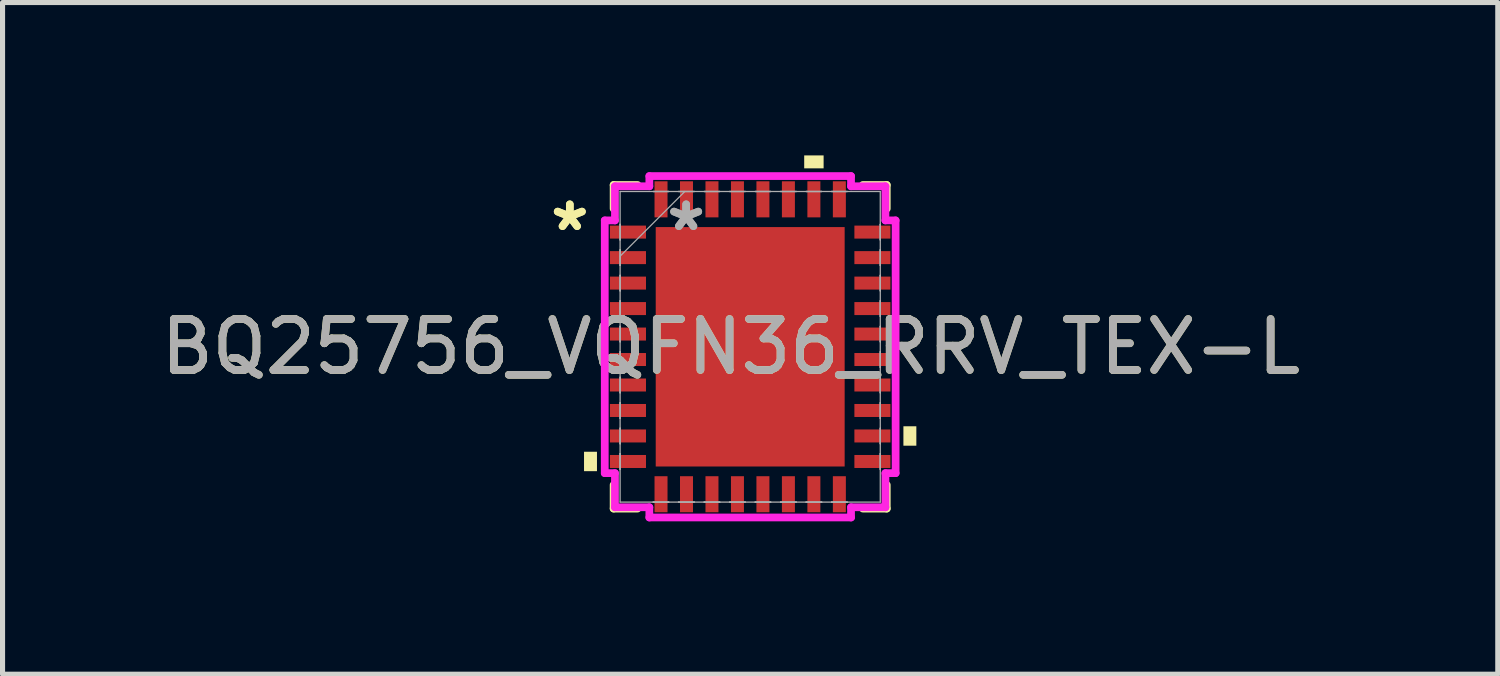
<source format=kicad_pcb>
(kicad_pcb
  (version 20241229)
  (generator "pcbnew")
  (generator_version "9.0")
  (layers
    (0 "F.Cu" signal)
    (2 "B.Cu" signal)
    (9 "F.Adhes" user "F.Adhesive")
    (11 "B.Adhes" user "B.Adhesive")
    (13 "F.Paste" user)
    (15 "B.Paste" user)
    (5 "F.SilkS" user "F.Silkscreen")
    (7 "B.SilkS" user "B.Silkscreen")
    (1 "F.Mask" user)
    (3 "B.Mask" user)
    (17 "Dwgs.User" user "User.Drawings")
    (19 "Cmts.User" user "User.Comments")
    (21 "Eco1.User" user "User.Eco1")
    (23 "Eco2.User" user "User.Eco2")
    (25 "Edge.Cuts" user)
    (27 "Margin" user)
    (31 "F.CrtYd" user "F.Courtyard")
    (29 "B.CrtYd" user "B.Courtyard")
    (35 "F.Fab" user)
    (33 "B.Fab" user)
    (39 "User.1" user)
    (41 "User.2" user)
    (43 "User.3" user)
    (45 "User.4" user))
  (footprint "BQ25756_VQFN36_RRV_TEX-L "
    (layer "F.Cu")
    (at 11.673 3.756)
    (property "Reference" "BQ25756_VQFN36_RRV_TEX-L " (at 0 0 0) (unlocked yes) (layer "F.SilkS") (effects (font (size 1 1) (thickness 0.15))))
    (attr smd)
    (fp_line (start -2.68 -3.175) (end -2.68 -2.711) (stroke (width 0.152) (type solid)) (layer "F.SilkS"))
    (fp_line (start -2.68 2.711) (end -2.68 3.175) (stroke (width 0.152) (type solid)) (layer "F.SilkS"))
    (fp_line (start -2.68 3.175) (end -2.211 3.175) (stroke (width 0.152) (type solid)) (layer "F.SilkS"))
    (fp_line (start -2.211 -3.175) (end -2.68 -3.175) (stroke (width 0.152) (type solid)) (layer "F.SilkS"))
    (fp_line (start 2.211 3.175) (end 2.68 3.175) (stroke (width 0.152) (type solid)) (layer "F.SilkS"))
    (fp_line (start 2.68 -3.175) (end 2.211 -3.175) (stroke (width 0.152) (type solid)) (layer "F.SilkS"))
    (fp_line (start 2.68 -2.711) (end 2.68 -3.175) (stroke (width 0.152) (type solid)) (layer "F.SilkS"))
    (fp_line (start 2.68 3.175) (end 2.68 2.711) (stroke (width 0.152) (type solid)) (layer "F.SilkS"))
    (fp_poly (pts (xy -3.261 2.06) (xy -3.261 2.441) (xy -3.007 2.441) (xy -3.007 2.06)) (stroke (width 0) (type solid)) (fill yes) (layer "F.SilkS"))
    (fp_poly (pts (xy 1.06 -3.502) (xy 1.06 -3.756) (xy 1.441 -3.756) (xy 1.441 -3.502)) (stroke (width 0) (type solid)) (fill yes) (layer "F.SilkS"))
    (fp_poly (pts (xy 3.261 1.56) (xy 3.261 1.941) (xy 3.007 1.941) (xy 3.007 1.56)) (stroke (width 0) (type solid)) (fill yes) (layer "F.SilkS"))
    (fp_line (start -2.854 -2.48) (end -2.654 -2.48) (stroke (width 0.152) (type solid)) (layer "F.CrtYd"))
    (fp_line (start -2.854 2.48) (end -2.854 -2.48) (stroke (width 0.152) (type solid)) (layer "F.CrtYd"))
    (fp_line (start -2.654 -3.15) (end -1.979 -3.15) (stroke (width 0.152) (type solid)) (layer "F.CrtYd"))
    (fp_line (start -2.654 -2.48) (end -2.654 -3.15) (stroke (width 0.152) (type solid)) (layer "F.CrtYd"))
    (fp_line (start -2.654 2.48) (end -2.854 2.48) (stroke (width 0.152) (type solid)) (layer "F.CrtYd"))
    (fp_line (start -2.654 3.15) (end -2.654 2.48) (stroke (width 0.152) (type solid)) (layer "F.CrtYd"))
    (fp_line (start -1.979 -3.35) (end 1.979 -3.35) (stroke (width 0.152) (type solid)) (layer "F.CrtYd"))
    (fp_line (start -1.979 -3.15) (end -1.979 -3.35) (stroke (width 0.152) (type solid)) (layer "F.CrtYd"))
    (fp_line (start -1.979 3.15) (end -2.654 3.15) (stroke (width 0.152) (type solid)) (layer "F.CrtYd"))
    (fp_line (start -1.979 3.35) (end -1.979 3.15) (stroke (width 0.152) (type solid)) (layer "F.CrtYd"))
    (fp_line (start 1.979 -3.35) (end 1.979 -3.15) (stroke (width 0.152) (type solid)) (layer "F.CrtYd"))
    (fp_line (start 1.979 -3.15) (end 2.654 -3.15) (stroke (width 0.152) (type solid)) (layer "F.CrtYd"))
    (fp_line (start 1.979 3.15) (end 1.979 3.35) (stroke (width 0.152) (type solid)) (layer "F.CrtYd"))
    (fp_line (start 1.979 3.35) (end -1.979 3.35) (stroke (width 0.152) (type solid)) (layer "F.CrtYd"))
    (fp_line (start 2.654 -3.15) (end 2.654 -2.48) (stroke (width 0.152) (type solid)) (layer "F.CrtYd"))
    (fp_line (start 2.654 -2.48) (end 2.854 -2.48) (stroke (width 0.152) (type solid)) (layer "F.CrtYd"))
    (fp_line (start 2.654 2.48) (end 2.654 3.15) (stroke (width 0.152) (type solid)) (layer "F.CrtYd"))
    (fp_line (start 2.654 3.15) (end 1.979 3.15) (stroke (width 0.152) (type solid)) (layer "F.CrtYd"))
    (fp_line (start 2.854 -2.48) (end 2.854 2.48) (stroke (width 0.152) (type solid)) (layer "F.CrtYd"))
    (fp_line (start 2.854 2.48) (end 2.654 2.48) (stroke (width 0.152) (type solid)) (layer "F.CrtYd"))
    (fp_line (start -2.553 -3.048) (end -2.553 3.048) (stroke (width 0.025) (type solid)) (layer "F.Fab"))
    (fp_line (start -2.553 -2.403) (end -2.553 -2.403) (stroke (width 0.025) (type solid)) (layer "F.Fab"))
    (fp_line (start -2.553 -2.403) (end -2.553 -2.098) (stroke (width 0.025) (type solid)) (layer "F.Fab"))
    (fp_line (start -2.553 -2.098) (end -2.553 -2.403) (stroke (width 0.025) (type solid)) (layer "F.Fab"))
    (fp_line (start -2.553 -2.098) (end -2.553 -2.098) (stroke (width 0.025) (type solid)) (layer "F.Fab"))
    (fp_line (start -2.553 -1.903) (end -2.553 -1.903) (stroke (width 0.025) (type solid)) (layer "F.Fab"))
    (fp_line (start -2.553 -1.903) (end -2.553 -1.598) (stroke (width 0.025) (type solid)) (layer "F.Fab"))
    (fp_line (start -2.553 -1.778) (end -1.283 -3.048) (stroke (width 0.025) (type solid)) (layer "F.Fab"))
    (fp_line (start -2.553 -1.598) (end -2.553 -1.903) (stroke (width 0.025) (type solid)) (layer "F.Fab"))
    (fp_line (start -2.553 -1.598) (end -2.553 -1.598) (stroke (width 0.025) (type solid)) (layer "F.Fab"))
    (fp_line (start -2.553 -1.403) (end -2.553 -1.403) (stroke (width 0.025) (type solid)) (layer "F.Fab"))
    (fp_line (start -2.553 -1.403) (end -2.553 -1.098) (stroke (width 0.025) (type solid)) (layer "F.Fab"))
    (fp_line (start -2.553 -1.098) (end -2.553 -1.403) (stroke (width 0.025) (type solid)) (layer "F.Fab"))
    (fp_line (start -2.553 -1.098) (end -2.553 -1.098) (stroke (width 0.025) (type solid)) (layer "F.Fab"))
    (fp_line (start -2.553 -0.903) (end -2.553 -0.903) (stroke (width 0.025) (type solid)) (layer "F.Fab"))
    (fp_line (start -2.553 -0.903) (end -2.553 -0.598) (stroke (width 0.025) (type solid)) (layer "F.Fab"))
    (fp_line (start -2.553 -0.598) (end -2.553 -0.903) (stroke (width 0.025) (type solid)) (layer "F.Fab"))
    (fp_line (start -2.553 -0.598) (end -2.553 -0.598) (stroke (width 0.025) (type solid)) (layer "F.Fab"))
    (fp_line (start -2.553 -0.402) (end -2.553 -0.402) (stroke (width 0.025) (type solid)) (layer "F.Fab"))
    (fp_line (start -2.553 -0.402) (end -2.553 -0.098) (stroke (width 0.025) (type solid)) (layer "F.Fab"))
    (fp_line (start -2.553 -0.098) (end -2.553 -0.402) (stroke (width 0.025) (type solid)) (layer "F.Fab"))
    (fp_line (start -2.553 -0.098) (end -2.553 -0.098) (stroke (width 0.025) (type solid)) (layer "F.Fab"))
    (fp_line (start -2.553 0.098) (end -2.553 0.098) (stroke (width 0.025) (type solid)) (layer "F.Fab"))
    (fp_line (start -2.553 0.098) (end -2.553 0.402) (stroke (width 0.025) (type solid)) (layer "F.Fab"))
    (fp_line (start -2.553 0.402) (end -2.553 0.098) (stroke (width 0.025) (type solid)) (layer "F.Fab"))
    (fp_line (start -2.553 0.402) (end -2.553 0.402) (stroke (width 0.025) (type solid)) (layer "F.Fab"))
    (fp_line (start -2.553 0.598) (end -2.553 0.598) (stroke (width 0.025) (type solid)) (layer "F.Fab"))
    (fp_line (start -2.553 0.598) (end -2.553 0.903) (stroke (width 0.025) (type solid)) (layer "F.Fab"))
    (fp_line (start -2.553 0.903) (end -2.553 0.598) (stroke (width 0.025) (type solid)) (layer "F.Fab"))
    (fp_line (start -2.553 0.903) (end -2.553 0.903) (stroke (width 0.025) (type solid)) (layer "F.Fab"))
    (fp_line (start -2.553 1.098) (end -2.553 1.098) (stroke (width 0.025) (type solid)) (layer "F.Fab"))
    (fp_line (start -2.553 1.098) (end -2.553 1.403) (stroke (width 0.025) (type solid)) (layer "F.Fab"))
    (fp_line (start -2.553 1.403) (end -2.553 1.098) (stroke (width 0.025) (type solid)) (layer "F.Fab"))
    (fp_line (start -2.553 1.403) (end -2.553 1.403) (stroke (width 0.025) (type solid)) (layer "F.Fab"))
    (fp_line (start -2.553 1.598) (end -2.553 1.598) (stroke (width 0.025) (type solid)) (layer "F.Fab"))
    (fp_line (start -2.553 1.598) (end -2.553 1.903) (stroke (width 0.025) (type solid)) (layer "F.Fab"))
    (fp_line (start -2.553 1.903) (end -2.553 1.598) (stroke (width 0.025) (type solid)) (layer "F.Fab"))
    (fp_line (start -2.553 1.903) (end -2.553 1.903) (stroke (width 0.025) (type solid)) (layer "F.Fab"))
    (fp_line (start -2.553 2.098) (end -2.553 2.098) (stroke (width 0.025) (type solid)) (layer "F.Fab"))
    (fp_line (start -2.553 2.098) (end -2.553 2.403) (stroke (width 0.025) (type solid)) (layer "F.Fab"))
    (fp_line (start -2.553 2.403) (end -2.553 2.098) (stroke (width 0.025) (type solid)) (layer "F.Fab"))
    (fp_line (start -2.553 2.403) (end -2.553 2.403) (stroke (width 0.025) (type solid)) (layer "F.Fab"))
    (fp_line (start -2.553 3.048) (end 2.553 3.048) (stroke (width 0.025) (type solid)) (layer "F.Fab"))
    (fp_line (start -1.903 -3.048) (end -1.903 -3.048) (stroke (width 0.025) (type solid)) (layer "F.Fab"))
    (fp_line (start -1.903 -3.048) (end -1.598 -3.048) (stroke (width 0.025) (type solid)) (layer "F.Fab"))
    (fp_line (start -1.903 3.048) (end -1.903 3.048) (stroke (width 0.025) (type solid)) (layer "F.Fab"))
    (fp_line (start -1.903 3.048) (end -1.598 3.048) (stroke (width 0.025) (type solid)) (layer "F.Fab"))
    (fp_line (start -1.598 -3.048) (end -1.903 -3.048) (stroke (width 0.025) (type solid)) (layer "F.Fab"))
    (fp_line (start -1.598 -3.048) (end -1.598 -3.048) (stroke (width 0.025) (type solid)) (layer "F.Fab"))
    (fp_line (start -1.598 3.048) (end -1.903 3.048) (stroke (width 0.025) (type solid)) (layer "F.Fab"))
    (fp_line (start -1.598 3.048) (end -1.598 3.048) (stroke (width 0.025) (type solid)) (layer "F.Fab"))
    (fp_line (start -1.403 -3.048) (end -1.403 -3.048) (stroke (width 0.025) (type solid)) (layer "F.Fab"))
    (fp_line (start -1.403 -3.048) (end -1.098 -3.048) (stroke (width 0.025) (type solid)) (layer "F.Fab"))
    (fp_line (start -1.403 3.048) (end -1.403 3.048) (stroke (width 0.025) (type solid)) (layer "F.Fab"))
    (fp_line (start -1.403 3.048) (end -1.098 3.048) (stroke (width 0.025) (type solid)) (layer "F.Fab"))
    (fp_line (start -1.098 -3.048) (end -1.403 -3.048) (stroke (width 0.025) (type solid)) (layer "F.Fab"))
    (fp_line (start -1.098 -3.048) (end -1.098 -3.048) (stroke (width 0.025) (type solid)) (layer "F.Fab"))
    (fp_line (start -1.098 3.048) (end -1.403 3.048) (stroke (width 0.025) (type solid)) (layer "F.Fab"))
    (fp_line (start -1.098 3.048) (end -1.098 3.048) (stroke (width 0.025) (type solid)) (layer "F.Fab"))
    (fp_line (start -0.903 -3.048) (end -0.903 -3.048) (stroke (width 0.025) (type solid)) (layer "F.Fab"))
    (fp_line (start -0.903 -3.048) (end -0.598 -3.048) (stroke (width 0.025) (type solid)) (layer "F.Fab"))
    (fp_line (start -0.903 3.048) (end -0.903 3.048) (stroke (width 0.025) (type solid)) (layer "F.Fab"))
    (fp_line (start -0.903 3.048) (end -0.598 3.048) (stroke (width 0.025) (type solid)) (layer "F.Fab"))
    (fp_line (start -0.598 -3.048) (end -0.903 -3.048) (stroke (width 0.025) (type solid)) (layer "F.Fab"))
    (fp_line (start -0.598 -3.048) (end -0.598 -3.048) (stroke (width 0.025) (type solid)) (layer "F.Fab"))
    (fp_line (start -0.598 3.048) (end -0.903 3.048) (stroke (width 0.025) (type solid)) (layer "F.Fab"))
    (fp_line (start -0.598 3.048) (end -0.598 3.048) (stroke (width 0.025) (type solid)) (layer "F.Fab"))
    (fp_line (start -0.402 -3.048) (end -0.402 -3.048) (stroke (width 0.025) (type solid)) (layer "F.Fab"))
    (fp_line (start -0.402 -3.048) (end -0.098 -3.048) (stroke (width 0.025) (type solid)) (layer "F.Fab"))
    (fp_line (start -0.402 3.048) (end -0.402 3.048) (stroke (width 0.025) (type solid)) (layer "F.Fab"))
    (fp_line (start -0.402 3.048) (end -0.098 3.048) (stroke (width 0.025) (type solid)) (layer "F.Fab"))
    (fp_line (start -0.098 -3.048) (end -0.402 -3.048) (stroke (width 0.025) (type solid)) (layer "F.Fab"))
    (fp_line (start -0.098 -3.048) (end -0.098 -3.048) (stroke (width 0.025) (type solid)) (layer "F.Fab"))
    (fp_line (start -0.098 3.048) (end -0.402 3.048) (stroke (width 0.025) (type solid)) (layer "F.Fab"))
    (fp_line (start -0.098 3.048) (end -0.098 3.048) (stroke (width 0.025) (type solid)) (layer "F.Fab"))
    (fp_line (start 0.098 -3.048) (end 0.098 -3.048) (stroke (width 0.025) (type solid)) (layer "F.Fab"))
    (fp_line (start 0.098 -3.048) (end 0.402 -3.048) (stroke (width 0.025) (type solid)) (layer "F.Fab"))
    (fp_line (start 0.098 3.048) (end 0.098 3.048) (stroke (width 0.025) (type solid)) (layer "F.Fab"))
    (fp_line (start 0.098 3.048) (end 0.402 3.048) (stroke (width 0.025) (type solid)) (layer "F.Fab"))
    (fp_line (start 0.402 -3.048) (end 0.098 -3.048) (stroke (width 0.025) (type solid)) (layer "F.Fab"))
    (fp_line (start 0.402 -3.048) (end 0.402 -3.048) (stroke (width 0.025) (type solid)) (layer "F.Fab"))
    (fp_line (start 0.402 3.048) (end 0.098 3.048) (stroke (width 0.025) (type solid)) (layer "F.Fab"))
    (fp_line (start 0.402 3.048) (end 0.402 3.048) (stroke (width 0.025) (type solid)) (layer "F.Fab"))
    (fp_line (start 0.598 -3.048) (end 0.598 -3.048) (stroke (width 0.025) (type solid)) (layer "F.Fab"))
    (fp_line (start 0.598 -3.048) (end 0.903 -3.048) (stroke (width 0.025) (type solid)) (layer "F.Fab"))
    (fp_line (start 0.598 3.048) (end 0.598 3.048) (stroke (width 0.025) (type solid)) (layer "F.Fab"))
    (fp_line (start 0.598 3.048) (end 0.903 3.048) (stroke (width 0.025) (type solid)) (layer "F.Fab"))
    (fp_line (start 0.903 -3.048) (end 0.598 -3.048) (stroke (width 0.025) (type solid)) (layer "F.Fab"))
    (fp_line (start 0.903 -3.048) (end 0.903 -3.048) (stroke (width 0.025) (type solid)) (layer "F.Fab"))
    (fp_line (start 0.903 3.048) (end 0.598 3.048) (stroke (width 0.025) (type solid)) (layer "F.Fab"))
    (fp_line (start 0.903 3.048) (end 0.903 3.048) (stroke (width 0.025) (type solid)) (layer "F.Fab"))
    (fp_line (start 1.098 -3.048) (end 1.098 -3.048) (stroke (width 0.025) (type solid)) (layer "F.Fab"))
    (fp_line (start 1.098 -3.048) (end 1.403 -3.048) (stroke (width 0.025) (type solid)) (layer "F.Fab"))
    (fp_line (start 1.098 3.048) (end 1.098 3.048) (stroke (width 0.025) (type solid)) (layer "F.Fab"))
    (fp_line (start 1.098 3.048) (end 1.403 3.048) (stroke (width 0.025) (type solid)) (layer "F.Fab"))
    (fp_line (start 1.403 -3.048) (end 1.098 -3.048) (stroke (width 0.025) (type solid)) (layer "F.Fab"))
    (fp_line (start 1.403 -3.048) (end 1.403 -3.048) (stroke (width 0.025) (type solid)) (layer "F.Fab"))
    (fp_line (start 1.403 3.048) (end 1.098 3.048) (stroke (width 0.025) (type solid)) (layer "F.Fab"))
    (fp_line (start 1.403 3.048) (end 1.403 3.048) (stroke (width 0.025) (type solid)) (layer "F.Fab"))
    (fp_line (start 1.598 -3.048) (end 1.598 -3.048) (stroke (width 0.025) (type solid)) (layer "F.Fab"))
    (fp_line (start 1.598 -3.048) (end 1.903 -3.048) (stroke (width 0.025) (type solid)) (layer "F.Fab"))
    (fp_line (start 1.598 3.048) (end 1.598 3.048) (stroke (width 0.025) (type solid)) (layer "F.Fab"))
    (fp_line (start 1.598 3.048) (end 1.903 3.048) (stroke (width 0.025) (type solid)) (layer "F.Fab"))
    (fp_line (start 1.903 -3.048) (end 1.598 -3.048) (stroke (width 0.025) (type solid)) (layer "F.Fab"))
    (fp_line (start 1.903 -3.048) (end 1.903 -3.048) (stroke (width 0.025) (type solid)) (layer "F.Fab"))
    (fp_line (start 1.903 3.048) (end 1.598 3.048) (stroke (width 0.025) (type solid)) (layer "F.Fab"))
    (fp_line (start 1.903 3.048) (end 1.903 3.048) (stroke (width 0.025) (type solid)) (layer "F.Fab"))
    (fp_line (start 2.553 -3.048) (end -2.553 -3.048) (stroke (width 0.025) (type solid)) (layer "F.Fab"))
    (fp_line (start 2.553 -2.403) (end 2.553 -2.403) (stroke (width 0.025) (type solid)) (layer "F.Fab"))
    (fp_line (start 2.553 -2.403) (end 2.553 -2.098) (stroke (width 0.025) (type solid)) (layer "F.Fab"))
    (fp_line (start 2.553 -2.098) (end 2.553 -2.403) (stroke (width 0.025) (type solid)) (layer "F.Fab"))
    (fp_line (start 2.553 -2.098) (end 2.553 -2.098) (stroke (width 0.025) (type solid)) (layer "F.Fab"))
    (fp_line (start 2.553 -1.903) (end 2.553 -1.903) (stroke (width 0.025) (type solid)) (layer "F.Fab"))
    (fp_line (start 2.553 -1.903) (end 2.553 -1.598) (stroke (width 0.025) (type solid)) (layer "F.Fab"))
    (fp_line (start 2.553 -1.598) (end 2.553 -1.903) (stroke (width 0.025) (type solid)) (layer "F.Fab"))
    (fp_line (start 2.553 -1.598) (end 2.553 -1.598) (stroke (width 0.025) (type solid)) (layer "F.Fab"))
    (fp_line (start 2.553 -1.403) (end 2.553 -1.403) (stroke (width 0.025) (type solid)) (layer "F.Fab"))
    (fp_line (start 2.553 -1.403) (end 2.553 -1.098) (stroke (width 0.025) (type solid)) (layer "F.Fab"))
    (fp_line (start 2.553 -1.098) (end 2.553 -1.403) (stroke (width 0.025) (type solid)) (layer "F.Fab"))
    (fp_line (start 2.553 -1.098) (end 2.553 -1.098) (stroke (width 0.025) (type solid)) (layer "F.Fab"))
    (fp_line (start 2.553 -0.903) (end 2.553 -0.903) (stroke (width 0.025) (type solid)) (layer "F.Fab"))
    (fp_line (start 2.553 -0.903) (end 2.553 -0.598) (stroke (width 0.025) (type solid)) (layer "F.Fab"))
    (fp_line (start 2.553 -0.598) (end 2.553 -0.903) (stroke (width 0.025) (type solid)) (layer "F.Fab"))
    (fp_line (start 2.553 -0.598) (end 2.553 -0.598) (stroke (width 0.025) (type solid)) (layer "F.Fab"))
    (fp_line (start 2.553 -0.402) (end 2.553 -0.402) (stroke (width 0.025) (type solid)) (layer "F.Fab"))
    (fp_line (start 2.553 -0.402) (end 2.553 -0.098) (stroke (width 0.025) (type solid)) (layer "F.Fab"))
    (fp_line (start 2.553 -0.098) (end 2.553 -0.402) (stroke (width 0.025) (type solid)) (layer "F.Fab"))
    (fp_line (start 2.553 -0.098) (end 2.553 -0.098) (stroke (width 0.025) (type solid)) (layer "F.Fab"))
    (fp_line (start 2.553 0.098) (end 2.553 0.098) (stroke (width 0.025) (type solid)) (layer "F.Fab"))
    (fp_line (start 2.553 0.098) (end 2.553 0.402) (stroke (width 0.025) (type solid)) (layer "F.Fab"))
    (fp_line (start 2.553 0.402) (end 2.553 0.098) (stroke (width 0.025) (type solid)) (layer "F.Fab"))
    (fp_line (start 2.553 0.402) (end 2.553 0.402) (stroke (width 0.025) (type solid)) (layer "F.Fab"))
    (fp_line (start 2.553 0.598) (end 2.553 0.598) (stroke (width 0.025) (type solid)) (layer "F.Fab"))
    (fp_line (start 2.553 0.598) (end 2.553 0.903) (stroke (width 0.025) (type solid)) (layer "F.Fab"))
    (fp_line (start 2.553 0.903) (end 2.553 0.598) (stroke (width 0.025) (type solid)) (layer "F.Fab"))
    (fp_line (start 2.553 0.903) (end 2.553 0.903) (stroke (width 0.025) (type solid)) (layer "F.Fab"))
    (fp_line (start 2.553 1.098) (end 2.553 1.098) (stroke (width 0.025) (type solid)) (layer "F.Fab"))
    (fp_line (start 2.553 1.098) (end 2.553 1.403) (stroke (width 0.025) (type solid)) (layer "F.Fab"))
    (fp_line (start 2.553 1.403) (end 2.553 1.098) (stroke (width 0.025) (type solid)) (layer "F.Fab"))
    (fp_line (start 2.553 1.403) (end 2.553 1.403) (stroke (width 0.025) (type solid)) (layer "F.Fab"))
    (fp_line (start 2.553 1.598) (end 2.553 1.598) (stroke (width 0.025) (type solid)) (layer "F.Fab"))
    (fp_line (start 2.553 1.598) (end 2.553 1.903) (stroke (width 0.025) (type solid)) (layer "F.Fab"))
    (fp_line (start 2.553 1.903) (end 2.553 1.598) (stroke (width 0.025) (type solid)) (layer "F.Fab"))
    (fp_line (start 2.553 1.903) (end 2.553 1.903) (stroke (width 0.025) (type solid)) (layer "F.Fab"))
    (fp_line (start 2.553 2.098) (end 2.553 2.098) (stroke (width 0.025) (type solid)) (layer "F.Fab"))
    (fp_line (start 2.553 2.098) (end 2.553 2.403) (stroke (width 0.025) (type solid)) (layer "F.Fab"))
    (fp_line (start 2.553 2.403) (end 2.553 2.098) (stroke (width 0.025) (type solid)) (layer "F.Fab"))
    (fp_line (start 2.553 2.403) (end 2.553 2.403) (stroke (width 0.025) (type solid)) (layer "F.Fab"))
    (fp_line (start 2.553 3.048) (end 2.553 -3.048) (stroke (width 0.025) (type solid)) (layer "F.Fab"))
    (fp_text user "*" (at -3.54 -2.251 0) (unlocked yes) (layer "F.SilkS") (effects (font (size 1 1) (thickness 0.15))))
    (fp_text user "*" (at -3.54 -2.251 0) (layer "F.SilkS") (effects (font (size 1 1) (thickness 0.15))))
    (fp_text user "*" (at -1.257 -2.251 0) (layer "F.Fab") (effects (font (size 1 1) (thickness 0.15))))
    (fp_text user "*" (at -1.257 -2.251 0) (unlocked yes) (layer "F.Fab") (effects (font (size 1 1) (thickness 0.15))))
    (fp_text user "${REFERENCE}" (at 0 0 0) (unlocked yes) (layer "F.Fab") (effects (font (size 1 1) (thickness 0.15))))
    (pad "1" smd rect (at -2.399 -2.251 90) (size 0.255 0.708) (layers "F.Cu" "F.Mask" "F.Paste"))
    (pad "2" smd rect (at -2.399 -1.75 90) (size 0.255 0.708) (layers "F.Cu" "F.Mask" "F.Paste"))
    (pad "3" smd rect (at -2.399 -1.25 90) (size 0.255 0.708) (layers "F.Cu" "F.Mask" "F.Paste"))
    (pad "4" smd rect (at -2.399 -0.75 90) (size 0.255 0.708) (layers "F.Cu" "F.Mask" "F.Paste"))
    (pad "5" smd rect (at -2.399 -0.25 90) (size 0.255 0.708) (layers "F.Cu" "F.Mask" "F.Paste"))
    (pad "6" smd rect (at -2.399 0.25 90) (size 0.255 0.708) (layers "F.Cu" "F.Mask" "F.Paste"))
    (pad "7" smd rect (at -2.399 0.75 90) (size 0.255 0.708) (layers "F.Cu" "F.Mask" "F.Paste"))
    (pad "8" smd rect (at -2.399 1.25 90) (size 0.255 0.708) (layers "F.Cu" "F.Mask" "F.Paste"))
    (pad "9" smd rect (at -2.399 1.75 90) (size 0.255 0.708) (layers "F.Cu" "F.Mask" "F.Paste"))
    (pad "10" smd rect (at -2.399 2.251 90) (size 0.255 0.708) (layers "F.Cu" "F.Mask" "F.Paste"))
    (pad "11" smd rect (at -1.75 2.894) (size 0.255 0.708) (layers "F.Cu" "F.Mask" "F.Paste"))
    (pad "12" smd rect (at -1.25 2.894) (size 0.255 0.708) (layers "F.Cu" "F.Mask" "F.Paste"))
    (pad "13" smd rect (at -0.75 2.894) (size 0.255 0.708) (layers "F.Cu" "F.Mask" "F.Paste"))
    (pad "14" smd rect (at -0.25 2.894) (size 0.255 0.708) (layers "F.Cu" "F.Mask" "F.Paste"))
    (pad "15" smd rect (at 0.25 2.894) (size 0.255 0.708) (layers "F.Cu" "F.Mask" "F.Paste"))
    (pad "16" smd rect (at 0.75 2.894) (size 0.255 0.708) (layers "F.Cu" "F.Mask" "F.Paste"))
    (pad "17" smd rect (at 1.25 2.894) (size 0.255 0.708) (layers "F.Cu" "F.Mask" "F.Paste"))
    (pad "18" smd rect (at 1.75 2.894) (size 0.255 0.708) (layers "F.Cu" "F.Mask" "F.Paste"))
    (pad "19" smd rect (at 2.399 2.251 90) (size 0.255 0.708) (layers "F.Cu" "F.Mask" "F.Paste"))
    (pad "20" smd rect (at 2.399 1.75 90) (size 0.255 0.708) (layers "F.Cu" "F.Mask" "F.Paste"))
    (pad "21" smd rect (at 2.399 1.25 90) (size 0.255 0.708) (layers "F.Cu" "F.Mask" "F.Paste"))
    (pad "22" smd rect (at 2.399 0.75 90) (size 0.255 0.708) (layers "F.Cu" "F.Mask" "F.Paste"))
    (pad "23" smd rect (at 2.399 0.25 90) (size 0.255 0.708) (layers "F.Cu" "F.Mask" "F.Paste"))
    (pad "24" smd rect (at 2.399 -0.25 90) (size 0.255 0.708) (layers "F.Cu" "F.Mask" "F.Paste"))
    (pad "25" smd rect (at 2.399 -0.75 90) (size 0.255 0.708) (layers "F.Cu" "F.Mask" "F.Paste"))
    (pad "26" smd rect (at 2.399 -1.25 90) (size 0.255 0.708) (layers "F.Cu" "F.Mask" "F.Paste"))
    (pad "27" smd rect (at 2.399 -1.75 90) (size 0.255 0.708) (layers "F.Cu" "F.Mask" "F.Paste"))
    (pad "28" smd rect (at 2.399 -2.251 90) (size 0.255 0.708) (layers "F.Cu" "F.Mask" "F.Paste"))
    (pad "29" smd rect (at 1.75 -2.894) (size 0.255 0.708) (layers "F.Cu" "F.Mask" "F.Paste"))
    (pad "30" smd rect (at 1.25 -2.894) (size 0.255 0.708) (layers "F.Cu" "F.Mask" "F.Paste"))
    (pad "31" smd rect (at 0.75 -2.894) (size 0.255 0.708) (layers "F.Cu" "F.Mask" "F.Paste"))
    (pad "32" smd rect (at 0.25 -2.894) (size 0.255 0.708) (layers "F.Cu" "F.Mask" "F.Paste"))
    (pad "33" smd rect (at -0.25 -2.894) (size 0.255 0.708) (layers "F.Cu" "F.Mask" "F.Paste"))
    (pad "34" smd rect (at -0.75 -2.894) (size 0.255 0.708) (layers "F.Cu" "F.Mask" "F.Paste"))
    (pad "35" smd rect (at -1.25 -2.894) (size 0.255 0.708) (layers "F.Cu" "F.Mask" "F.Paste"))
    (pad "36" smd rect (at -1.75 -2.894) (size 0.255 0.708) (layers "F.Cu" "F.Mask" "F.Paste"))
    (pad "37" smd rect (at 0 0) (size 3.708 4.699) (layers "F.Cu" "F.Mask" "F.Paste")))
  (gr_rect
    (start -3 -3)
    (end 26.345 10.182)
    (stroke (width 0.1) (type default))
    (fill no)
    (layer "Edge.Cuts")))
</source>
